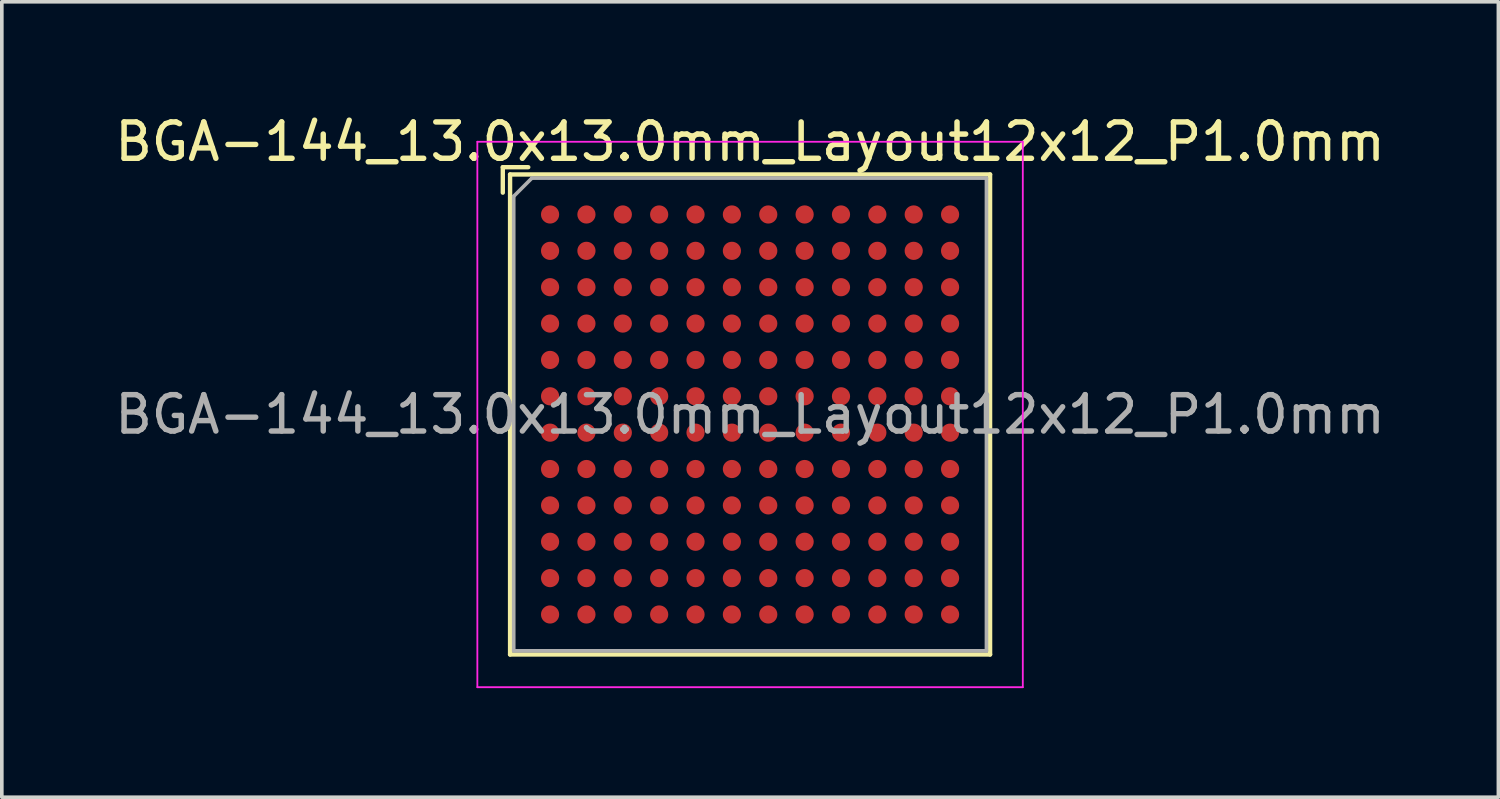
<source format=kicad_pcb>
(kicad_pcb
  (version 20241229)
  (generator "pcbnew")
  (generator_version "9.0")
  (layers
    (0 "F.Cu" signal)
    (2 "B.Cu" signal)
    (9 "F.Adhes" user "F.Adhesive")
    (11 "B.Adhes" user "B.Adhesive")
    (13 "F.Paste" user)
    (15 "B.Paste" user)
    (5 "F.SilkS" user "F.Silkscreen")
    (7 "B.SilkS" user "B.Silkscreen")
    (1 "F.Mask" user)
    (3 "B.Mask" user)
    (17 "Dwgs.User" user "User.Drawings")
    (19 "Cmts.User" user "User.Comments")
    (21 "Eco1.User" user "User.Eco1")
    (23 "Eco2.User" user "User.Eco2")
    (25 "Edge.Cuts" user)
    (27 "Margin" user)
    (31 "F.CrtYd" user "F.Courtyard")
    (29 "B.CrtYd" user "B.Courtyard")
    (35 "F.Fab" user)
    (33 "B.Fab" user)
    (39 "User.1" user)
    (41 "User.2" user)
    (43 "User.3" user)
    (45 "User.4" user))
  (footprint "BGA-144_13.0x13.0mm_Layout12x12_P1.0mm"
    (layer "F.Cu")
    (at 17.577 8.348)
    (property "Reference" "BGA-144_13.0x13.0mm_Layout12x12_P1.0mm" (at 0 -7.5 0) (layer "F.SilkS") (effects (font (size 1 1) (thickness 0.15))))
    (attr smd)
    (fp_line (start -6.8 -6.8) (end -6.1 -6.8) (stroke (width 0.12) (type solid)) (layer "F.SilkS"))
    (fp_line (start -6.8 -6.1) (end -6.8 -6.8) (stroke (width 0.12) (type solid)) (layer "F.SilkS"))
    (fp_line (start -6.6 -6.6) (end 6.6 -6.6) (stroke (width 0.12) (type solid)) (layer "F.SilkS"))
    (fp_line (start -6.6 6.6) (end -6.6 -6.6) (stroke (width 0.12) (type solid)) (layer "F.SilkS"))
    (fp_line (start 6.6 -6.6) (end 6.6 6.6) (stroke (width 0.12) (type solid)) (layer "F.SilkS"))
    (fp_line (start 6.6 6.6) (end -6.6 6.6) (stroke (width 0.12) (type solid)) (layer "F.SilkS"))
    (fp_line (start -7.5 -7.5) (end -7.5 7.5) (stroke (width 0.05) (type solid)) (layer "F.CrtYd"))
    (fp_line (start -7.5 -7.5) (end 7.5 -7.5) (stroke (width 0.05) (type solid)) (layer "F.CrtYd"))
    (fp_line (start 7.5 7.5) (end -7.5 7.5) (stroke (width 0.05) (type solid)) (layer "F.CrtYd"))
    (fp_line (start 7.5 7.5) (end 7.5 -7.5) (stroke (width 0.05) (type solid)) (layer "F.CrtYd"))
    (fp_line (start -6.5 -6) (end -6 -6.5) (stroke (width 0.1) (type solid)) (layer "F.Fab"))
    (fp_line (start -6.5 6.5) (end -6.5 -6) (stroke (width 0.1) (type solid)) (layer "F.Fab"))
    (fp_line (start -6 -6.5) (end 6.5 -6.5) (stroke (width 0.1) (type solid)) (layer "F.Fab"))
    (fp_line (start 6.5 -6.5) (end 6.5 6.5) (stroke (width 0.1) (type solid)) (layer "F.Fab"))
    (fp_line (start 6.5 6.5) (end -6.5 6.5) (stroke (width 0.1) (type solid)) (layer "F.Fab"))
    (fp_text user "${REFERENCE}" (at 0 0 0) (layer "F.Fab") (effects (font (size 1 1) (thickness 0.15))))
    (pad "A1" smd circle (at -5.5 -5.5) (size 0.5 0.5) (layers "F.Cu" "F.Mask" "F.Paste"))
    (pad "A2" smd circle (at -4.5 -5.5) (size 0.5 0.5) (layers "F.Cu" "F.Mask" "F.Paste"))
    (pad "A3" smd circle (at -3.5 -5.5) (size 0.5 0.5) (layers "F.Cu" "F.Mask" "F.Paste"))
    (pad "A4" smd circle (at -2.5 -5.5) (size 0.5 0.5) (layers "F.Cu" "F.Mask" "F.Paste"))
    (pad "A5" smd circle (at -1.5 -5.5) (size 0.5 0.5) (layers "F.Cu" "F.Mask" "F.Paste"))
    (pad "A6" smd circle (at -0.5 -5.5) (size 0.5 0.5) (layers "F.Cu" "F.Mask" "F.Paste"))
    (pad "A7" smd circle (at 0.5 -5.5) (size 0.5 0.5) (layers "F.Cu" "F.Mask" "F.Paste"))
    (pad "A8" smd circle (at 1.5 -5.5) (size 0.5 0.5) (layers "F.Cu" "F.Mask" "F.Paste"))
    (pad "A9" smd circle (at 2.5 -5.5) (size 0.5 0.5) (layers "F.Cu" "F.Mask" "F.Paste"))
    (pad "A10" smd circle (at 3.5 -5.5) (size 0.5 0.5) (layers "F.Cu" "F.Mask" "F.Paste"))
    (pad "A11" smd circle (at 4.5 -5.5) (size 0.5 0.5) (layers "F.Cu" "F.Mask" "F.Paste"))
    (pad "A12" smd circle (at 5.5 -5.5) (size 0.5 0.5) (layers "F.Cu" "F.Mask" "F.Paste"))
    (pad "B1" smd circle (at -5.5 -4.5) (size 0.5 0.5) (layers "F.Cu" "F.Mask" "F.Paste"))
    (pad "B2" smd circle (at -4.5 -4.5) (size 0.5 0.5) (layers "F.Cu" "F.Mask" "F.Paste"))
    (pad "B3" smd circle (at -3.5 -4.5) (size 0.5 0.5) (layers "F.Cu" "F.Mask" "F.Paste"))
    (pad "B4" smd circle (at -2.5 -4.5) (size 0.5 0.5) (layers "F.Cu" "F.Mask" "F.Paste"))
    (pad "B5" smd circle (at -1.5 -4.5) (size 0.5 0.5) (layers "F.Cu" "F.Mask" "F.Paste"))
    (pad "B6" smd circle (at -0.5 -4.5) (size 0.5 0.5) (layers "F.Cu" "F.Mask" "F.Paste"))
    (pad "B7" smd circle (at 0.5 -4.5) (size 0.5 0.5) (layers "F.Cu" "F.Mask" "F.Paste"))
    (pad "B8" smd circle (at 1.5 -4.5) (size 0.5 0.5) (layers "F.Cu" "F.Mask" "F.Paste"))
    (pad "B9" smd circle (at 2.5 -4.5) (size 0.5 0.5) (layers "F.Cu" "F.Mask" "F.Paste"))
    (pad "B10" smd circle (at 3.5 -4.5) (size 0.5 0.5) (layers "F.Cu" "F.Mask" "F.Paste"))
    (pad "B11" smd circle (at 4.5 -4.5) (size 0.5 0.5) (layers "F.Cu" "F.Mask" "F.Paste"))
    (pad "B12" smd circle (at 5.5 -4.5) (size 0.5 0.5) (layers "F.Cu" "F.Mask" "F.Paste"))
    (pad "C1" smd circle (at -5.5 -3.5) (size 0.5 0.5) (layers "F.Cu" "F.Mask" "F.Paste"))
    (pad "C2" smd circle (at -4.5 -3.5) (size 0.5 0.5) (layers "F.Cu" "F.Mask" "F.Paste"))
    (pad "C3" smd circle (at -3.5 -3.5) (size 0.5 0.5) (layers "F.Cu" "F.Mask" "F.Paste"))
    (pad "C4" smd circle (at -2.5 -3.5) (size 0.5 0.5) (layers "F.Cu" "F.Mask" "F.Paste"))
    (pad "C5" smd circle (at -1.5 -3.5) (size 0.5 0.5) (layers "F.Cu" "F.Mask" "F.Paste"))
    (pad "C6" smd circle (at -0.5 -3.5) (size 0.5 0.5) (layers "F.Cu" "F.Mask" "F.Paste"))
    (pad "C7" smd circle (at 0.5 -3.5) (size 0.5 0.5) (layers "F.Cu" "F.Mask" "F.Paste"))
    (pad "C8" smd circle (at 1.5 -3.5) (size 0.5 0.5) (layers "F.Cu" "F.Mask" "F.Paste"))
    (pad "C9" smd circle (at 2.5 -3.5) (size 0.5 0.5) (layers "F.Cu" "F.Mask" "F.Paste"))
    (pad "C10" smd circle (at 3.5 -3.5) (size 0.5 0.5) (layers "F.Cu" "F.Mask" "F.Paste"))
    (pad "C11" smd circle (at 4.5 -3.5) (size 0.5 0.5) (layers "F.Cu" "F.Mask" "F.Paste"))
    (pad "C12" smd circle (at 5.5 -3.5) (size 0.5 0.5) (layers "F.Cu" "F.Mask" "F.Paste"))
    (pad "D1" smd circle (at -5.5 -2.5) (size 0.5 0.5) (layers "F.Cu" "F.Mask" "F.Paste"))
    (pad "D2" smd circle (at -4.5 -2.5) (size 0.5 0.5) (layers "F.Cu" "F.Mask" "F.Paste"))
    (pad "D3" smd circle (at -3.5 -2.5) (size 0.5 0.5) (layers "F.Cu" "F.Mask" "F.Paste"))
    (pad "D4" smd circle (at -2.5 -2.5) (size 0.5 0.5) (layers "F.Cu" "F.Mask" "F.Paste"))
    (pad "D5" smd circle (at -1.5 -2.5) (size 0.5 0.5) (layers "F.Cu" "F.Mask" "F.Paste"))
    (pad "D6" smd circle (at -0.5 -2.5) (size 0.5 0.5) (layers "F.Cu" "F.Mask" "F.Paste"))
    (pad "D7" smd circle (at 0.5 -2.5) (size 0.5 0.5) (layers "F.Cu" "F.Mask" "F.Paste"))
    (pad "D8" smd circle (at 1.5 -2.5) (size 0.5 0.5) (layers "F.Cu" "F.Mask" "F.Paste"))
    (pad "D9" smd circle (at 2.5 -2.5) (size 0.5 0.5) (layers "F.Cu" "F.Mask" "F.Paste"))
    (pad "D10" smd circle (at 3.5 -2.5) (size 0.5 0.5) (layers "F.Cu" "F.Mask" "F.Paste"))
    (pad "D11" smd circle (at 4.5 -2.5) (size 0.5 0.5) (layers "F.Cu" "F.Mask" "F.Paste"))
    (pad "D12" smd circle (at 5.5 -2.5) (size 0.5 0.5) (layers "F.Cu" "F.Mask" "F.Paste"))
    (pad "E1" smd circle (at -5.5 -1.5) (size 0.5 0.5) (layers "F.Cu" "F.Mask" "F.Paste"))
    (pad "E2" smd circle (at -4.5 -1.5) (size 0.5 0.5) (layers "F.Cu" "F.Mask" "F.Paste"))
    (pad "E3" smd circle (at -3.5 -1.5) (size 0.5 0.5) (layers "F.Cu" "F.Mask" "F.Paste"))
    (pad "E4" smd circle (at -2.5 -1.5) (size 0.5 0.5) (layers "F.Cu" "F.Mask" "F.Paste"))
    (pad "E5" smd circle (at -1.5 -1.5) (size 0.5 0.5) (layers "F.Cu" "F.Mask" "F.Paste"))
    (pad "E6" smd circle (at -0.5 -1.5) (size 0.5 0.5) (layers "F.Cu" "F.Mask" "F.Paste"))
    (pad "E7" smd circle (at 0.5 -1.5) (size 0.5 0.5) (layers "F.Cu" "F.Mask" "F.Paste"))
    (pad "E8" smd circle (at 1.5 -1.5) (size 0.5 0.5) (layers "F.Cu" "F.Mask" "F.Paste"))
    (pad "E9" smd circle (at 2.5 -1.5) (size 0.5 0.5) (layers "F.Cu" "F.Mask" "F.Paste"))
    (pad "E10" smd circle (at 3.5 -1.5) (size 0.5 0.5) (layers "F.Cu" "F.Mask" "F.Paste"))
    (pad "E11" smd circle (at 4.5 -1.5) (size 0.5 0.5) (layers "F.Cu" "F.Mask" "F.Paste"))
    (pad "E12" smd circle (at 5.5 -1.5) (size 0.5 0.5) (layers "F.Cu" "F.Mask" "F.Paste"))
    (pad "F1" smd circle (at -5.5 -0.5) (size 0.5 0.5) (layers "F.Cu" "F.Mask" "F.Paste"))
    (pad "F2" smd circle (at -4.5 -0.5) (size 0.5 0.5) (layers "F.Cu" "F.Mask" "F.Paste"))
    (pad "F3" smd circle (at -3.5 -0.5) (size 0.5 0.5) (layers "F.Cu" "F.Mask" "F.Paste"))
    (pad "F4" smd circle (at -2.5 -0.5) (size 0.5 0.5) (layers "F.Cu" "F.Mask" "F.Paste"))
    (pad "F5" smd circle (at -1.5 -0.5) (size 0.5 0.5) (layers "F.Cu" "F.Mask" "F.Paste"))
    (pad "F6" smd circle (at -0.5 -0.5) (size 0.5 0.5) (layers "F.Cu" "F.Mask" "F.Paste"))
    (pad "F7" smd circle (at 0.5 -0.5) (size 0.5 0.5) (layers "F.Cu" "F.Mask" "F.Paste"))
    (pad "F8" smd circle (at 1.5 -0.5) (size 0.5 0.5) (layers "F.Cu" "F.Mask" "F.Paste"))
    (pad "F9" smd circle (at 2.5 -0.5) (size 0.5 0.5) (layers "F.Cu" "F.Mask" "F.Paste"))
    (pad "F10" smd circle (at 3.5 -0.5) (size 0.5 0.5) (layers "F.Cu" "F.Mask" "F.Paste"))
    (pad "F11" smd circle (at 4.5 -0.5) (size 0.5 0.5) (layers "F.Cu" "F.Mask" "F.Paste"))
    (pad "F12" smd circle (at 5.5 -0.5) (size 0.5 0.5) (layers "F.Cu" "F.Mask" "F.Paste"))
    (pad "G1" smd circle (at -5.5 0.5) (size 0.5 0.5) (layers "F.Cu" "F.Mask" "F.Paste"))
    (pad "G2" smd circle (at -4.5 0.5) (size 0.5 0.5) (layers "F.Cu" "F.Mask" "F.Paste"))
    (pad "G3" smd circle (at -3.5 0.5) (size 0.5 0.5) (layers "F.Cu" "F.Mask" "F.Paste"))
    (pad "G4" smd circle (at -2.5 0.5) (size 0.5 0.5) (layers "F.Cu" "F.Mask" "F.Paste"))
    (pad "G5" smd circle (at -1.5 0.5) (size 0.5 0.5) (layers "F.Cu" "F.Mask" "F.Paste"))
    (pad "G6" smd circle (at -0.5 0.5) (size 0.5 0.5) (layers "F.Cu" "F.Mask" "F.Paste"))
    (pad "G7" smd circle (at 0.5 0.5) (size 0.5 0.5) (layers "F.Cu" "F.Mask" "F.Paste"))
    (pad "G8" smd circle (at 1.5 0.5) (size 0.5 0.5) (layers "F.Cu" "F.Mask" "F.Paste"))
    (pad "G9" smd circle (at 2.5 0.5) (size 0.5 0.5) (layers "F.Cu" "F.Mask" "F.Paste"))
    (pad "G10" smd circle (at 3.5 0.5) (size 0.5 0.5) (layers "F.Cu" "F.Mask" "F.Paste"))
    (pad "G11" smd circle (at 4.5 0.5) (size 0.5 0.5) (layers "F.Cu" "F.Mask" "F.Paste"))
    (pad "G12" smd circle (at 5.5 0.5) (size 0.5 0.5) (layers "F.Cu" "F.Mask" "F.Paste"))
    (pad "H1" smd circle (at -5.5 1.5) (size 0.5 0.5) (layers "F.Cu" "F.Mask" "F.Paste"))
    (pad "H2" smd circle (at -4.5 1.5) (size 0.5 0.5) (layers "F.Cu" "F.Mask" "F.Paste"))
    (pad "H3" smd circle (at -3.5 1.5) (size 0.5 0.5) (layers "F.Cu" "F.Mask" "F.Paste"))
    (pad "H4" smd circle (at -2.5 1.5) (size 0.5 0.5) (layers "F.Cu" "F.Mask" "F.Paste"))
    (pad "H5" smd circle (at -1.5 1.5) (size 0.5 0.5) (layers "F.Cu" "F.Mask" "F.Paste"))
    (pad "H6" smd circle (at -0.5 1.5) (size 0.5 0.5) (layers "F.Cu" "F.Mask" "F.Paste"))
    (pad "H7" smd circle (at 0.5 1.5) (size 0.5 0.5) (layers "F.Cu" "F.Mask" "F.Paste"))
    (pad "H8" smd circle (at 1.5 1.5) (size 0.5 0.5) (layers "F.Cu" "F.Mask" "F.Paste"))
    (pad "H9" smd circle (at 2.5 1.5) (size 0.5 0.5) (layers "F.Cu" "F.Mask" "F.Paste"))
    (pad "H10" smd circle (at 3.5 1.5) (size 0.5 0.5) (layers "F.Cu" "F.Mask" "F.Paste"))
    (pad "H11" smd circle (at 4.5 1.5) (size 0.5 0.5) (layers "F.Cu" "F.Mask" "F.Paste"))
    (pad "H12" smd circle (at 5.5 1.5) (size 0.5 0.5) (layers "F.Cu" "F.Mask" "F.Paste"))
    (pad "J1" smd circle (at -5.5 2.5) (size 0.5 0.5) (layers "F.Cu" "F.Mask" "F.Paste"))
    (pad "J2" smd circle (at -4.5 2.5) (size 0.5 0.5) (layers "F.Cu" "F.Mask" "F.Paste"))
    (pad "J3" smd circle (at -3.5 2.5) (size 0.5 0.5) (layers "F.Cu" "F.Mask" "F.Paste"))
    (pad "J4" smd circle (at -2.5 2.5) (size 0.5 0.5) (layers "F.Cu" "F.Mask" "F.Paste"))
    (pad "J5" smd circle (at -1.5 2.5) (size 0.5 0.5) (layers "F.Cu" "F.Mask" "F.Paste"))
    (pad "J6" smd circle (at -0.5 2.5) (size 0.5 0.5) (layers "F.Cu" "F.Mask" "F.Paste"))
    (pad "J7" smd circle (at 0.5 2.5) (size 0.5 0.5) (layers "F.Cu" "F.Mask" "F.Paste"))
    (pad "J8" smd circle (at 1.5 2.5) (size 0.5 0.5) (layers "F.Cu" "F.Mask" "F.Paste"))
    (pad "J9" smd circle (at 2.5 2.5) (size 0.5 0.5) (layers "F.Cu" "F.Mask" "F.Paste"))
    (pad "J10" smd circle (at 3.5 2.5) (size 0.5 0.5) (layers "F.Cu" "F.Mask" "F.Paste"))
    (pad "J11" smd circle (at 4.5 2.5) (size 0.5 0.5) (layers "F.Cu" "F.Mask" "F.Paste"))
    (pad "J12" smd circle (at 5.5 2.5) (size 0.5 0.5) (layers "F.Cu" "F.Mask" "F.Paste"))
    (pad "K1" smd circle (at -5.5 3.5) (size 0.5 0.5) (layers "F.Cu" "F.Mask" "F.Paste"))
    (pad "K2" smd circle (at -4.5 3.5) (size 0.5 0.5) (layers "F.Cu" "F.Mask" "F.Paste"))
    (pad "K3" smd circle (at -3.5 3.5) (size 0.5 0.5) (layers "F.Cu" "F.Mask" "F.Paste"))
    (pad "K4" smd circle (at -2.5 3.5) (size 0.5 0.5) (layers "F.Cu" "F.Mask" "F.Paste"))
    (pad "K5" smd circle (at -1.5 3.5) (size 0.5 0.5) (layers "F.Cu" "F.Mask" "F.Paste"))
    (pad "K6" smd circle (at -0.5 3.5) (size 0.5 0.5) (layers "F.Cu" "F.Mask" "F.Paste"))
    (pad "K7" smd circle (at 0.5 3.5) (size 0.5 0.5) (layers "F.Cu" "F.Mask" "F.Paste"))
    (pad "K8" smd circle (at 1.5 3.5) (size 0.5 0.5) (layers "F.Cu" "F.Mask" "F.Paste"))
    (pad "K9" smd circle (at 2.5 3.5) (size 0.5 0.5) (layers "F.Cu" "F.Mask" "F.Paste"))
    (pad "K10" smd circle (at 3.5 3.5) (size 0.5 0.5) (layers "F.Cu" "F.Mask" "F.Paste"))
    (pad "K11" smd circle (at 4.5 3.5) (size 0.5 0.5) (layers "F.Cu" "F.Mask" "F.Paste"))
    (pad "K12" smd circle (at 5.5 3.5) (size 0.5 0.5) (layers "F.Cu" "F.Mask" "F.Paste"))
    (pad "L1" smd circle (at -5.5 4.5) (size 0.5 0.5) (layers "F.Cu" "F.Mask" "F.Paste"))
    (pad "L2" smd circle (at -4.5 4.5) (size 0.5 0.5) (layers "F.Cu" "F.Mask" "F.Paste"))
    (pad "L3" smd circle (at -3.5 4.5) (size 0.5 0.5) (layers "F.Cu" "F.Mask" "F.Paste"))
    (pad "L4" smd circle (at -2.5 4.5) (size 0.5 0.5) (layers "F.Cu" "F.Mask" "F.Paste"))
    (pad "L5" smd circle (at -1.5 4.5) (size 0.5 0.5) (layers "F.Cu" "F.Mask" "F.Paste"))
    (pad "L6" smd circle (at -0.5 4.5) (size 0.5 0.5) (layers "F.Cu" "F.Mask" "F.Paste"))
    (pad "L7" smd circle (at 0.5 4.5) (size 0.5 0.5) (layers "F.Cu" "F.Mask" "F.Paste"))
    (pad "L8" smd circle (at 1.5 4.5) (size 0.5 0.5) (layers "F.Cu" "F.Mask" "F.Paste"))
    (pad "L9" smd circle (at 2.5 4.5) (size 0.5 0.5) (layers "F.Cu" "F.Mask" "F.Paste"))
    (pad "L10" smd circle (at 3.5 4.5) (size 0.5 0.5) (layers "F.Cu" "F.Mask" "F.Paste"))
    (pad "L11" smd circle (at 4.5 4.5) (size 0.5 0.5) (layers "F.Cu" "F.Mask" "F.Paste"))
    (pad "L12" smd circle (at 5.5 4.5) (size 0.5 0.5) (layers "F.Cu" "F.Mask" "F.Paste"))
    (pad "M1" smd circle (at -5.5 5.5) (size 0.5 0.5) (layers "F.Cu" "F.Mask" "F.Paste"))
    (pad "M2" smd circle (at -4.5 5.5) (size 0.5 0.5) (layers "F.Cu" "F.Mask" "F.Paste"))
    (pad "M3" smd circle (at -3.5 5.5) (size 0.5 0.5) (layers "F.Cu" "F.Mask" "F.Paste"))
    (pad "M4" smd circle (at -2.5 5.5) (size 0.5 0.5) (layers "F.Cu" "F.Mask" "F.Paste"))
    (pad "M5" smd circle (at -1.5 5.5) (size 0.5 0.5) (layers "F.Cu" "F.Mask" "F.Paste"))
    (pad "M6" smd circle (at -0.5 5.5) (size 0.5 0.5) (layers "F.Cu" "F.Mask" "F.Paste"))
    (pad "M7" smd circle (at 0.5 5.5) (size 0.5 0.5) (layers "F.Cu" "F.Mask" "F.Paste"))
    (pad "M8" smd circle (at 1.5 5.5) (size 0.5 0.5) (layers "F.Cu" "F.Mask" "F.Paste"))
    (pad "M9" smd circle (at 2.5 5.5) (size 0.5 0.5) (layers "F.Cu" "F.Mask" "F.Paste"))
    (pad "M10" smd circle (at 3.5 5.5) (size 0.5 0.5) (layers "F.Cu" "F.Mask" "F.Paste"))
    (pad "M11" smd circle (at 4.5 5.5) (size 0.5 0.5) (layers "F.Cu" "F.Mask" "F.Paste"))
    (pad "M12" smd circle (at 5.5 5.5) (size 0.5 0.5) (layers "F.Cu" "F.Mask" "F.Paste")))
  (gr_rect
    (start -3 -3)
    (end 38.155 18.873)
    (stroke (width 0.1) (type default))
    (fill no)
    (layer "Edge.Cuts")))
</source>
